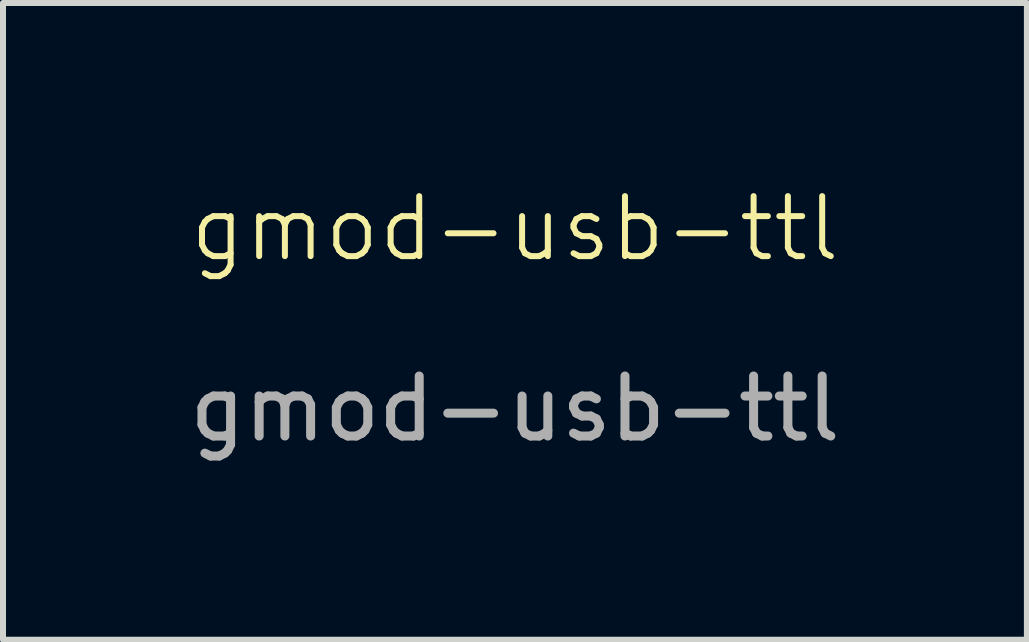
<source format=kicad_pcb>
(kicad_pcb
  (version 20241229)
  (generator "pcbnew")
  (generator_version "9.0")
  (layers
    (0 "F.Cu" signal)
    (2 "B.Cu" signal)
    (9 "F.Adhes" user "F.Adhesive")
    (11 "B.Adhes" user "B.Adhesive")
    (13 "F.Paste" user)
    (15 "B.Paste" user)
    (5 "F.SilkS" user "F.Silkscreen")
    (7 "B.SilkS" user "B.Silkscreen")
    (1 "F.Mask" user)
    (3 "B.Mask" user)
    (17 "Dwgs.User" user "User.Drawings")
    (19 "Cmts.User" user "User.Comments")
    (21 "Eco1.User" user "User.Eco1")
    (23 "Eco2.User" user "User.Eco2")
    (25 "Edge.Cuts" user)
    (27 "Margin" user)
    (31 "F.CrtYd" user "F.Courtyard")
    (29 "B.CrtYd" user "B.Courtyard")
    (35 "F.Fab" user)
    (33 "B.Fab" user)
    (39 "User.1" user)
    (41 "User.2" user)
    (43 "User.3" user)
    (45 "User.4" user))
  (footprint "gmod-usb-ttl"
    (layer "F.Cu")
    (at 5.53 1.26)
    (property "Reference" "gmod-usb-ttl" (at 0 -0.5 0) (unlocked yes) (layer "F.SilkS") (effects (font (size 1 1) (thickness 0.1))))
    (attr smd)
    (fp_text user "${REFERENCE}" (at 0 2.5 0) (unlocked yes) (layer "F.Fab") (effects (font (size 1 1) (thickness 0.15)))))
  (gr_rect
    (start -3 -3)
    (end 14.06 7.609)
    (stroke (width 0.1) (type default))
    (fill no)
    (layer "Edge.Cuts")))
</source>
